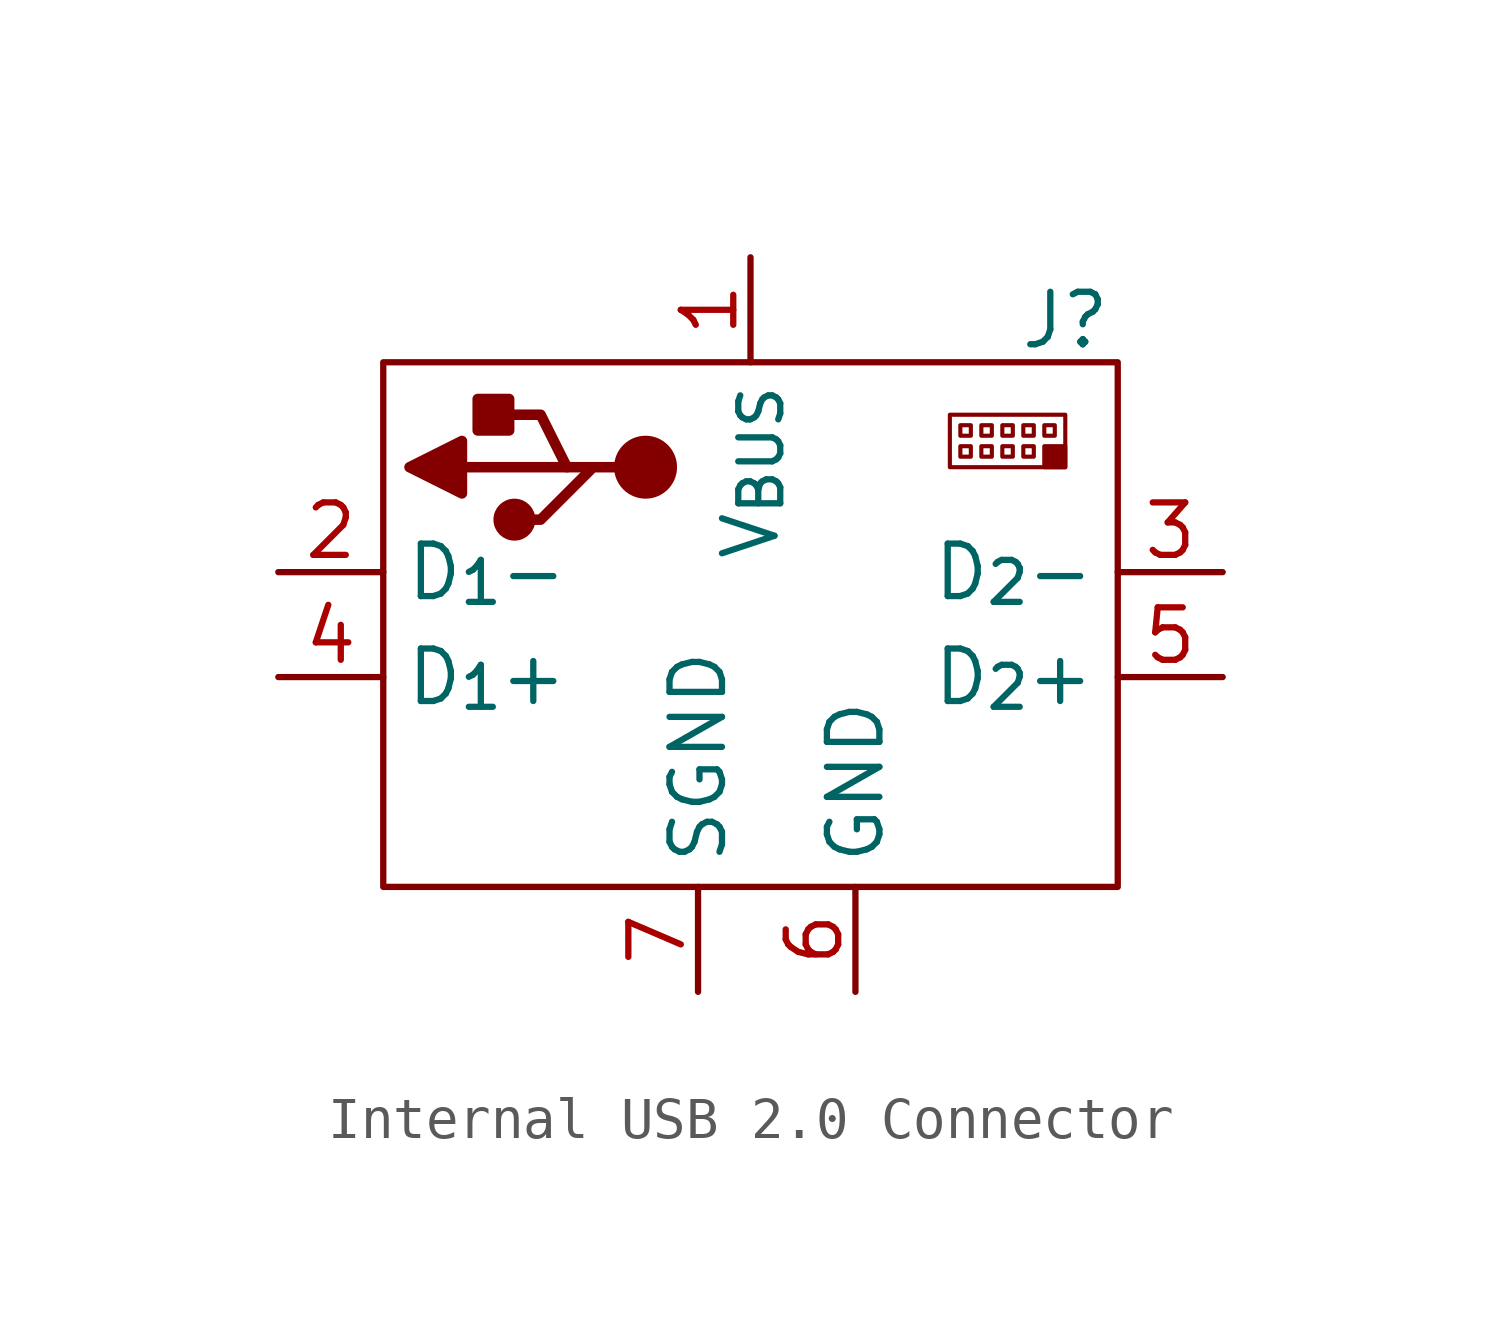
<source format=kicad_sym>
(kicad_symbol_lib
  (version 20241209)
  (generator "kicad_symbol_editor")
  (generator_version "9.0")
  (symbol "Internal USB 2.0 Connector"
    (property "Reference" "J"
      (at 7.62 3.556 0)
      (effects (font (size 1.27 1.27))))
    (symbol "Internal USB 2.0 Connector_0_1"
      (rectangle (start -8.89 2.54) (end 8.89 -10.16) (stroke (width 0) (type default)) (fill (type none)))
      (polyline (pts (xy -6.985 -0.635) (xy -6.985 0.635) (xy -8.255 0) (xy -6.985 -0.635)) (stroke (width 0.254) (type default)) (fill (type outline)))
      (rectangle (start -6.604 0.889) (end -5.842 1.651) (stroke (width 0.254) (type default)) (fill (type outline)))
      (circle (center -5.715 -1.27) (radius 0.381) (stroke (width 0.254) (type default)) (fill (type outline)))
      (polyline (pts (xy -3.81 0) (xy -4.445 0) (xy -5.08 1.27) (xy -6.35 1.27)) (stroke (width 0.254) (type default)) (fill (type none)))
      (polyline (pts (xy -3.175 0) (xy -3.81 0) (xy -5.08 -1.27) (xy -5.715 -1.27)) (stroke (width 0.254) (type default)) (fill (type none)))
      (circle (center -2.54 0) (radius 0.635) (stroke (width 0.254) (type default)) (fill (type outline))))
    (symbol "Internal USB 2.0 Connector_1_1"
      (polyline (pts (xy -4.445 0) (xy -6.985 0)) (stroke (width 0.254) (type default)) (fill (type none)))
      (rectangle (start 4.826 1.27) (end 7.62 0) (stroke (width 0.1) (type default)) (fill (type none)))
      (rectangle (start 5.08 1.016) (end 5.334 0.762) (stroke (width 0.1) (type solid)) (fill (type none)))
      (rectangle (start 5.08 0.508) (end 5.334 0.254) (stroke (width 0.1) (type solid)) (fill (type none)))
      (rectangle (start 5.588 1.016) (end 5.842 0.762) (stroke (width 0.1) (type solid)) (fill (type none)))
      (rectangle (start 5.588 0.508) (end 5.842 0.254) (stroke (width 0.1) (type solid)) (fill (type none)))
      (rectangle (start 6.096 1.016) (end 6.35 0.762) (stroke (width 0.1) (type solid)) (fill (type none)))
      (rectangle (start 6.096 0.508) (end 6.35 0.254) (stroke (width 0.1) (type solid)) (fill (type none)))
      (rectangle (start 6.604 1.016) (end 6.858 0.762) (stroke (width 0.1) (type solid)) (fill (type none)))
      (rectangle (start 6.604 0.508) (end 6.858 0.254) (stroke (width 0.1) (type solid)) (fill (type none)))
      (rectangle (start 7.112 1.016) (end 7.366 0.762) (stroke (width 0.1) (type solid)) (fill (type none)))
      (rectangle (start 7.112 0.508) (end 7.62 0) (stroke (width 0.1) (type solid)) (fill (type outline)))
      (pin bidirectional line (at -11.43 -2.54 0) (length 2.54) (name "D_{1}-" (effects (font (size 1.27 1.27)))) (number "2" (effects (font (size 1.27 1.27)))))
      (pin bidirectional line (at -11.43 -5.08 0) (length 2.54) (name "D_{1}+" (effects (font (size 1.27 1.27)))) (number "4" (effects (font (size 1.27 1.27)))))
      (pin passive line (at -1.27 -12.7 90) (length 2.54) (name "SGND" (effects (font (size 1.27 1.27)))) (number "7" (effects (font (size 1.27 1.27)))))
      (pin power_out line (at 0 5.08 270) (length 2.54) (name "V_{BUS}" (effects (font (size 1.27 1.27)))) (number "1" (effects (font (size 1.27 1.27)))))
      (pin passive line (at 2.54 -12.7 90) (length 2.54) (name "GND" (effects (font (size 1.27 1.27)))) (number "6" (effects (font (size 1.27 1.27)))))
      (pin bidirectional line (at 11.43 -2.54 180) (length 2.54) (name "D_{2}-" (effects (font (size 1.27 1.27)))) (number "3" (effects (font (size 1.27 1.27)))))
      (pin bidirectional line (at 11.43 -5.08 180) (length 2.54) (name "D_{2}+" (effects (font (size 1.27 1.27)))) (number "5" (effects (font (size 1.27 1.27))))))))
</source>
